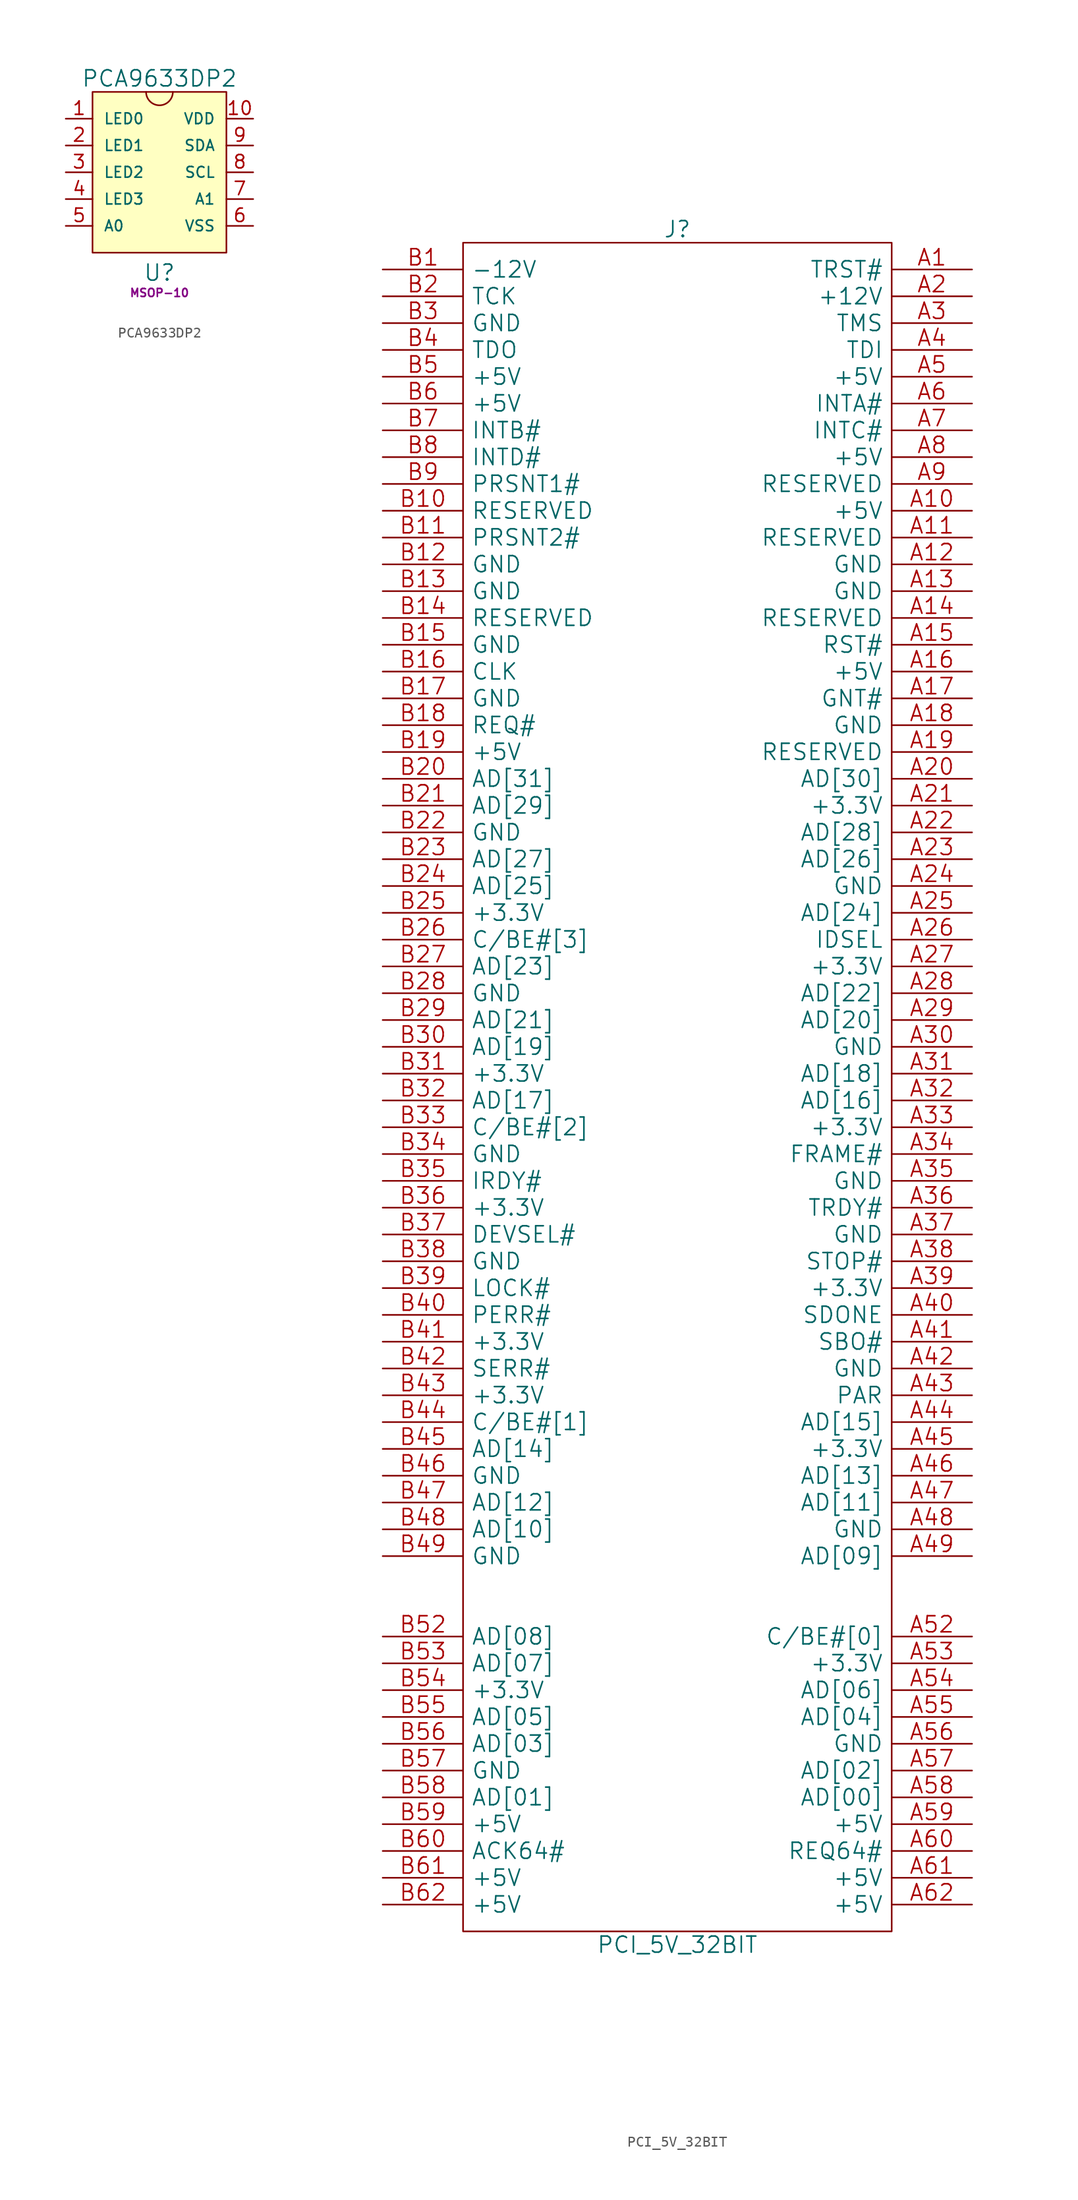
<source format=kicad_sym>
(kicad_symbol_lib
  (version 20220914)
  (generator kicad_symbol_editor)
  (symbol "PCA9633DP2"
    (pin_names
      (offset 1.016))
    (property "Reference" "U"
      (at 0 -9.525 0)
      (effects (font (size 1.524 1.524))))
    (property "Value" "PCA9633DP2"
      (at 0 8.89 0)
      (effects (font (size 1.524 1.524))))
    (property "Footprint" "MSOP-10"
      (at 0 -11.43 0)
      (effects (font (size 0.762 0.762))))
    (property "Datasheet" ""
      (at 0 0 0)
      (effects (font (size 1.524 1.524))))
    (symbol "PCA9633DP2_0_1"
      (rectangle (start -6.35 7.62) (end 6.35 -7.62) (stroke (width 0) (type default)) (fill (type background)))
      (arc (start -1.27 7.62) (mid 0 6.3555) (end 1.27 7.62) (stroke (width 0) (type default)) (fill (type none))))
    (symbol "PCA9633DP2_1_1"
      (pin bidirectional line (at -8.89 5.08 0) (length 2.54) (name "LED0" (effects (font (size 1.016 1.016)))) (number "1" (effects (font (size 1.27 1.27)))))
      (pin bidirectional line (at 8.89 5.08 180) (length 2.54) (name "VDD" (effects (font (size 1.016 1.016)))) (number "10" (effects (font (size 1.27 1.27)))))
      (pin bidirectional line (at -8.89 2.54 0) (length 2.54) (name "LED1" (effects (font (size 1.016 1.016)))) (number "2" (effects (font (size 1.27 1.27)))))
      (pin bidirectional line (at -8.89 0 0) (length 2.54) (name "LED2" (effects (font (size 1.016 1.016)))) (number "3" (effects (font (size 1.27 1.27)))))
      (pin bidirectional line (at -8.89 -2.54 0) (length 2.54) (name "LED3" (effects (font (size 1.016 1.016)))) (number "4" (effects (font (size 1.27 1.27)))))
      (pin bidirectional line (at -8.89 -5.08 0) (length 2.54) (name "A0" (effects (font (size 1.016 1.016)))) (number "5" (effects (font (size 1.27 1.27)))))
      (pin bidirectional line (at 8.89 -5.08 180) (length 2.54) (name "VSS" (effects (font (size 1.016 1.016)))) (number "6" (effects (font (size 1.27 1.27)))))
      (pin bidirectional line (at 8.89 -2.54 180) (length 2.54) (name "A1" (effects (font (size 1.016 1.016)))) (number "7" (effects (font (size 1.27 1.27)))))
      (pin bidirectional line (at 8.89 0 180) (length 2.54) (name "SCL" (effects (font (size 1.016 1.016)))) (number "8" (effects (font (size 1.27 1.27)))))
      (pin bidirectional line (at 8.89 2.54 180) (length 2.54) (name "SDA" (effects (font (size 1.016 1.016)))) (number "9" (effects (font (size 1.27 1.27)))))))
  (symbol "PCI_5V_32BIT"
    (pin_names
      (offset 0.762))
    (property "Reference" "J"
      (at 0 81.28 0)
      (effects (font (size 1.524 1.524))))
    (property "Value" "PCI_5V_32BIT"
      (at 0 -81.28 0)
      (effects (font (size 1.524 1.524))))
    (property "Footprint" ""
      (at 0 0 0)
      (effects (font (size 1.524 1.524))))
    (property "Datasheet" ""
      (at 0 0 0)
      (effects (font (size 1.524 1.524))))
    (symbol "PCI_5V_32BIT_0_1"
      (rectangle (start -20.32 -80.01) (end 20.32 80.01) (stroke (width 0) (type default)) (fill (type none))))
    (symbol "PCI_5V_32BIT_1_1"
      (pin output line (at 27.94 77.47 180) (length 7.62) (name "TRST#" (effects (font (size 1.524 1.524)))) (number "A1" (effects (font (size 1.524 1.524)))))
      (pin power_in line (at 27.94 54.61 180) (length 7.62) (name "+5V" (effects (font (size 1.524 1.524)))) (number "A10" (effects (font (size 1.524 1.524)))))
      (pin passive line (at 27.94 52.07 180) (length 7.62) (name "RESERVED" (effects (font (size 1.524 1.524)))) (number "A11" (effects (font (size 1.524 1.524)))))
      (pin power_in line (at 27.94 49.53 180) (length 7.62) (name "GND" (effects (font (size 1.524 1.524)))) (number "A12" (effects (font (size 1.524 1.524)))))
      (pin power_in line (at 27.94 46.99 180) (length 7.62) (name "GND" (effects (font (size 1.524 1.524)))) (number "A13" (effects (font (size 1.524 1.524)))))
      (pin passive line (at 27.94 44.45 180) (length 7.62) (name "RESERVED" (effects (font (size 1.524 1.524)))) (number "A14" (effects (font (size 1.524 1.524)))))
      (pin output line (at 27.94 41.91 180) (length 7.62) (name "RST#" (effects (font (size 1.524 1.524)))) (number "A15" (effects (font (size 1.524 1.524)))))
      (pin power_in line (at 27.94 39.37 180) (length 7.62) (name "+5V" (effects (font (size 1.524 1.524)))) (number "A16" (effects (font (size 1.524 1.524)))))
      (pin bidirectional line (at 27.94 36.83 180) (length 7.62) (name "GNT#" (effects (font (size 1.524 1.524)))) (number "A17" (effects (font (size 1.524 1.524)))))
      (pin power_in line (at 27.94 34.29 180) (length 7.62) (name "GND" (effects (font (size 1.524 1.524)))) (number "A18" (effects (font (size 1.524 1.524)))))
      (pin passive line (at 27.94 31.75 180) (length 7.62) (name "RESERVED" (effects (font (size 1.524 1.524)))) (number "A19" (effects (font (size 1.524 1.524)))))
      (pin power_in line (at 27.94 74.93 180) (length 7.62) (name "+12V" (effects (font (size 1.524 1.524)))) (number "A2" (effects (font (size 1.524 1.524)))))
      (pin bidirectional line (at 27.94 29.21 180) (length 7.62) (name "AD[30]" (effects (font (size 1.524 1.524)))) (number "A20" (effects (font (size 1.524 1.524)))))
      (pin power_in line (at 27.94 26.67 180) (length 7.62) (name "+3.3V" (effects (font (size 1.524 1.524)))) (number "A21" (effects (font (size 1.524 1.524)))))
      (pin bidirectional line (at 27.94 24.13 180) (length 7.62) (name "AD[28]" (effects (font (size 1.524 1.524)))) (number "A22" (effects (font (size 1.524 1.524)))))
      (pin bidirectional line (at 27.94 21.59 180) (length 7.62) (name "AD[26]" (effects (font (size 1.524 1.524)))) (number "A23" (effects (font (size 1.524 1.524)))))
      (pin power_in line (at 27.94 19.05 180) (length 7.62) (name "GND" (effects (font (size 1.524 1.524)))) (number "A24" (effects (font (size 1.524 1.524)))))
      (pin bidirectional line (at 27.94 16.51 180) (length 7.62) (name "AD[24]" (effects (font (size 1.524 1.524)))) (number "A25" (effects (font (size 1.524 1.524)))))
      (pin output line (at 27.94 13.97 180) (length 7.62) (name "IDSEL" (effects (font (size 1.524 1.524)))) (number "A26" (effects (font (size 1.524 1.524)))))
      (pin power_in line (at 27.94 11.43 180) (length 7.62) (name "+3.3V" (effects (font (size 1.524 1.524)))) (number "A27" (effects (font (size 1.524 1.524)))))
      (pin bidirectional line (at 27.94 8.89 180) (length 7.62) (name "AD[22]" (effects (font (size 1.524 1.524)))) (number "A28" (effects (font (size 1.524 1.524)))))
      (pin bidirectional line (at 27.94 6.35 180) (length 7.62) (name "AD[20]" (effects (font (size 1.524 1.524)))) (number "A29" (effects (font (size 1.524 1.524)))))
      (pin output line (at 27.94 72.39 180) (length 7.62) (name "TMS" (effects (font (size 1.524 1.524)))) (number "A3" (effects (font (size 1.524 1.524)))))
      (pin power_in line (at 27.94 3.81 180) (length 7.62) (name "GND" (effects (font (size 1.524 1.524)))) (number "A30" (effects (font (size 1.524 1.524)))))
      (pin bidirectional line (at 27.94 1.27 180) (length 7.62) (name "AD[18]" (effects (font (size 1.524 1.524)))) (number "A31" (effects (font (size 1.524 1.524)))))
      (pin bidirectional line (at 27.94 -1.27 180) (length 7.62) (name "AD[16]" (effects (font (size 1.524 1.524)))) (number "A32" (effects (font (size 1.524 1.524)))))
      (pin power_in line (at 27.94 -3.81 180) (length 7.62) (name "+3.3V" (effects (font (size 1.524 1.524)))) (number "A33" (effects (font (size 1.524 1.524)))))
      (pin bidirectional line (at 27.94 -6.35 180) (length 7.62) (name "FRAME#" (effects (font (size 1.524 1.524)))) (number "A34" (effects (font (size 1.524 1.524)))))
      (pin power_in line (at 27.94 -8.89 180) (length 7.62) (name "GND" (effects (font (size 1.524 1.524)))) (number "A35" (effects (font (size 1.524 1.524)))))
      (pin bidirectional line (at 27.94 -11.43 180) (length 7.62) (name "TRDY#" (effects (font (size 1.524 1.524)))) (number "A36" (effects (font (size 1.524 1.524)))))
      (pin power_in line (at 27.94 -13.97 180) (length 7.62) (name "GND" (effects (font (size 1.524 1.524)))) (number "A37" (effects (font (size 1.524 1.524)))))
      (pin bidirectional line (at 27.94 -16.51 180) (length 7.62) (name "STOP#" (effects (font (size 1.524 1.524)))) (number "A38" (effects (font (size 1.524 1.524)))))
      (pin power_in line (at 27.94 -19.05 180) (length 7.62) (name "+3.3V" (effects (font (size 1.524 1.524)))) (number "A39" (effects (font (size 1.524 1.524)))))
      (pin output line (at 27.94 69.85 180) (length 7.62) (name "TDI" (effects (font (size 1.524 1.524)))) (number "A4" (effects (font (size 1.524 1.524)))))
      (pin bidirectional line (at 27.94 -21.59 180) (length 7.62) (name "SDONE" (effects (font (size 1.524 1.524)))) (number "A40" (effects (font (size 1.524 1.524)))))
      (pin bidirectional line (at 27.94 -24.13 180) (length 7.62) (name "SBO#" (effects (font (size 1.524 1.524)))) (number "A41" (effects (font (size 1.524 1.524)))))
      (pin power_in line (at 27.94 -26.67 180) (length 7.62) (name "GND" (effects (font (size 1.524 1.524)))) (number "A42" (effects (font (size 1.524 1.524)))))
      (pin bidirectional line (at 27.94 -29.21 180) (length 7.62) (name "PAR" (effects (font (size 1.524 1.524)))) (number "A43" (effects (font (size 1.524 1.524)))))
      (pin bidirectional line (at 27.94 -31.75 180) (length 7.62) (name "AD[15]" (effects (font (size 1.524 1.524)))) (number "A44" (effects (font (size 1.524 1.524)))))
      (pin power_in line (at 27.94 -34.29 180) (length 7.62) (name "+3.3V" (effects (font (size 1.524 1.524)))) (number "A45" (effects (font (size 1.524 1.524)))))
      (pin bidirectional line (at 27.94 -36.83 180) (length 7.62) (name "AD[13]" (effects (font (size 1.524 1.524)))) (number "A46" (effects (font (size 1.524 1.524)))))
      (pin bidirectional line (at 27.94 -39.37 180) (length 7.62) (name "AD[11]" (effects (font (size 1.524 1.524)))) (number "A47" (effects (font (size 1.524 1.524)))))
      (pin power_in line (at 27.94 -41.91 180) (length 7.62) (name "GND" (effects (font (size 1.524 1.524)))) (number "A48" (effects (font (size 1.524 1.524)))))
      (pin bidirectional line (at 27.94 -44.45 180) (length 7.62) (name "AD[09]" (effects (font (size 1.524 1.524)))) (number "A49" (effects (font (size 1.524 1.524)))))
      (pin power_in line (at 27.94 67.31 180) (length 7.62) (name "+5V" (effects (font (size 1.524 1.524)))) (number "A5" (effects (font (size 1.524 1.524)))))
      (pin bidirectional line (at 27.94 -52.07 180) (length 7.62) (name "C/BE#[0]" (effects (font (size 1.524 1.524)))) (number "A52" (effects (font (size 1.524 1.524)))))
      (pin power_in line (at 27.94 -54.61 180) (length 7.62) (name "+3.3V" (effects (font (size 1.524 1.524)))) (number "A53" (effects (font (size 1.524 1.524)))))
      (pin bidirectional line (at 27.94 -57.15 180) (length 7.62) (name "AD[06]" (effects (font (size 1.524 1.524)))) (number "A54" (effects (font (size 1.524 1.524)))))
      (pin bidirectional line (at 27.94 -59.69 180) (length 7.62) (name "AD[04]" (effects (font (size 1.524 1.524)))) (number "A55" (effects (font (size 1.524 1.524)))))
      (pin power_in line (at 27.94 -62.23 180) (length 7.62) (name "GND" (effects (font (size 1.524 1.524)))) (number "A56" (effects (font (size 1.524 1.524)))))
      (pin bidirectional line (at 27.94 -64.77 180) (length 7.62) (name "AD[02]" (effects (font (size 1.524 1.524)))) (number "A57" (effects (font (size 1.524 1.524)))))
      (pin bidirectional line (at 27.94 -67.31 180) (length 7.62) (name "AD[00]" (effects (font (size 1.524 1.524)))) (number "A58" (effects (font (size 1.524 1.524)))))
      (pin power_in line (at 27.94 -69.85 180) (length 7.62) (name "+5V" (effects (font (size 1.524 1.524)))) (number "A59" (effects (font (size 1.524 1.524)))))
      (pin input line (at 27.94 64.77 180) (length 7.62) (name "INTA#" (effects (font (size 1.524 1.524)))) (number "A6" (effects (font (size 1.524 1.524)))))
      (pin bidirectional line (at 27.94 -72.39 180) (length 7.62) (name "REQ64#" (effects (font (size 1.524 1.524)))) (number "A60" (effects (font (size 1.524 1.524)))))
      (pin power_in line (at 27.94 -74.93 180) (length 7.62) (name "+5V" (effects (font (size 1.524 1.524)))) (number "A61" (effects (font (size 1.524 1.524)))))
      (pin power_in line (at 27.94 -77.47 180) (length 7.62) (name "+5V" (effects (font (size 1.524 1.524)))) (number "A62" (effects (font (size 1.524 1.524)))))
      (pin input line (at 27.94 62.23 180) (length 7.62) (name "INTC#" (effects (font (size 1.524 1.524)))) (number "A7" (effects (font (size 1.524 1.524)))))
      (pin power_in line (at 27.94 59.69 180) (length 7.62) (name "+5V" (effects (font (size 1.524 1.524)))) (number "A8" (effects (font (size 1.524 1.524)))))
      (pin passive line (at 27.94 57.15 180) (length 7.62) (name "RESERVED" (effects (font (size 1.524 1.524)))) (number "A9" (effects (font (size 1.524 1.524)))))
      (pin power_in line (at -27.94 77.47 0) (length 7.62) (name "-12V" (effects (font (size 1.524 1.524)))) (number "B1" (effects (font (size 1.524 1.524)))))
      (pin passive line (at -27.94 54.61 0) (length 7.62) (name "RESERVED" (effects (font (size 1.524 1.524)))) (number "B10" (effects (font (size 1.524 1.524)))))
      (pin input line (at -27.94 52.07 0) (length 7.62) (name "PRSNT2#" (effects (font (size 1.524 1.524)))) (number "B11" (effects (font (size 1.524 1.524)))))
      (pin power_in line (at -27.94 49.53 0) (length 7.62) (name "GND" (effects (font (size 1.524 1.524)))) (number "B12" (effects (font (size 1.524 1.524)))))
      (pin power_in line (at -27.94 46.99 0) (length 7.62) (name "GND" (effects (font (size 1.524 1.524)))) (number "B13" (effects (font (size 1.524 1.524)))))
      (pin passive line (at -27.94 44.45 0) (length 7.62) (name "RESERVED" (effects (font (size 1.524 1.524)))) (number "B14" (effects (font (size 1.524 1.524)))))
      (pin power_in line (at -27.94 41.91 0) (length 7.62) (name "GND" (effects (font (size 1.524 1.524)))) (number "B15" (effects (font (size 1.524 1.524)))))
      (pin output line (at -27.94 39.37 0) (length 7.62) (name "CLK" (effects (font (size 1.524 1.524)))) (number "B16" (effects (font (size 1.524 1.524)))))
      (pin power_in line (at -27.94 36.83 0) (length 7.62) (name "GND" (effects (font (size 1.524 1.524)))) (number "B17" (effects (font (size 1.524 1.524)))))
      (pin bidirectional line (at -27.94 34.29 0) (length 7.62) (name "REQ#" (effects (font (size 1.524 1.524)))) (number "B18" (effects (font (size 1.524 1.524)))))
      (pin power_in line (at -27.94 31.75 0) (length 7.62) (name "+5V" (effects (font (size 1.524 1.524)))) (number "B19" (effects (font (size 1.524 1.524)))))
      (pin output line (at -27.94 74.93 0) (length 7.62) (name "TCK" (effects (font (size 1.524 1.524)))) (number "B2" (effects (font (size 1.524 1.524)))))
      (pin bidirectional line (at -27.94 29.21 0) (length 7.62) (name "AD[31]" (effects (font (size 1.524 1.524)))) (number "B20" (effects (font (size 1.524 1.524)))))
      (pin bidirectional line (at -27.94 26.67 0) (length 7.62) (name "AD[29]" (effects (font (size 1.524 1.524)))) (number "B21" (effects (font (size 1.524 1.524)))))
      (pin power_in line (at -27.94 24.13 0) (length 7.62) (name "GND" (effects (font (size 1.524 1.524)))) (number "B22" (effects (font (size 1.524 1.524)))))
      (pin bidirectional line (at -27.94 21.59 0) (length 7.62) (name "AD[27]" (effects (font (size 1.524 1.524)))) (number "B23" (effects (font (size 1.524 1.524)))))
      (pin bidirectional line (at -27.94 19.05 0) (length 7.62) (name "AD[25]" (effects (font (size 1.524 1.524)))) (number "B24" (effects (font (size 1.524 1.524)))))
      (pin power_in line (at -27.94 16.51 0) (length 7.62) (name "+3.3V" (effects (font (size 1.524 1.524)))) (number "B25" (effects (font (size 1.524 1.524)))))
      (pin bidirectional line (at -27.94 13.97 0) (length 7.62) (name "C/BE#[3]" (effects (font (size 1.524 1.524)))) (number "B26" (effects (font (size 1.524 1.524)))))
      (pin bidirectional line (at -27.94 11.43 0) (length 7.62) (name "AD[23]" (effects (font (size 1.524 1.524)))) (number "B27" (effects (font (size 1.524 1.524)))))
      (pin power_in line (at -27.94 8.89 0) (length 7.62) (name "GND" (effects (font (size 1.524 1.524)))) (number "B28" (effects (font (size 1.524 1.524)))))
      (pin bidirectional line (at -27.94 6.35 0) (length 7.62) (name "AD[21]" (effects (font (size 1.524 1.524)))) (number "B29" (effects (font (size 1.524 1.524)))))
      (pin input line (at -27.94 72.39 0) (length 7.62) (name "GND" (effects (font (size 1.524 1.524)))) (number "B3" (effects (font (size 1.524 1.524)))))
      (pin bidirectional line (at -27.94 3.81 0) (length 7.62) (name "AD[19]" (effects (font (size 1.524 1.524)))) (number "B30" (effects (font (size 1.524 1.524)))))
      (pin power_in line (at -27.94 1.27 0) (length 7.62) (name "+3.3V" (effects (font (size 1.524 1.524)))) (number "B31" (effects (font (size 1.524 1.524)))))
      (pin bidirectional line (at -27.94 -1.27 0) (length 7.62) (name "AD[17]" (effects (font (size 1.524 1.524)))) (number "B32" (effects (font (size 1.524 1.524)))))
      (pin bidirectional line (at -27.94 -3.81 0) (length 7.62) (name "C/BE#[2]" (effects (font (size 1.524 1.524)))) (number "B33" (effects (font (size 1.524 1.524)))))
      (pin power_in line (at -27.94 -6.35 0) (length 7.62) (name "GND" (effects (font (size 1.524 1.524)))) (number "B34" (effects (font (size 1.524 1.524)))))
      (pin bidirectional line (at -27.94 -8.89 0) (length 7.62) (name "IRDY#" (effects (font (size 1.524 1.524)))) (number "B35" (effects (font (size 1.524 1.524)))))
      (pin power_in line (at -27.94 -11.43 0) (length 7.62) (name "+3.3V" (effects (font (size 1.524 1.524)))) (number "B36" (effects (font (size 1.524 1.524)))))
      (pin bidirectional line (at -27.94 -13.97 0) (length 7.62) (name "DEVSEL#" (effects (font (size 1.524 1.524)))) (number "B37" (effects (font (size 1.524 1.524)))))
      (pin power_in line (at -27.94 -16.51 0) (length 7.62) (name "GND" (effects (font (size 1.524 1.524)))) (number "B38" (effects (font (size 1.524 1.524)))))
      (pin bidirectional line (at -27.94 -19.05 0) (length 7.62) (name "LOCK#" (effects (font (size 1.524 1.524)))) (number "B39" (effects (font (size 1.524 1.524)))))
      (pin input line (at -27.94 69.85 0) (length 7.62) (name "TDO" (effects (font (size 1.524 1.524)))) (number "B4" (effects (font (size 1.524 1.524)))))
      (pin bidirectional line (at -27.94 -21.59 0) (length 7.62) (name "PERR#" (effects (font (size 1.524 1.524)))) (number "B40" (effects (font (size 1.524 1.524)))))
      (pin power_in line (at -27.94 -24.13 0) (length 7.62) (name "+3.3V" (effects (font (size 1.524 1.524)))) (number "B41" (effects (font (size 1.524 1.524)))))
      (pin input line (at -27.94 -26.67 0) (length 7.62) (name "SERR#" (effects (font (size 1.524 1.524)))) (number "B42" (effects (font (size 1.524 1.524)))))
      (pin power_in line (at -27.94 -29.21 0) (length 7.62) (name "+3.3V" (effects (font (size 1.524 1.524)))) (number "B43" (effects (font (size 1.524 1.524)))))
      (pin bidirectional line (at -27.94 -31.75 0) (length 7.62) (name "C/BE#[1]" (effects (font (size 1.524 1.524)))) (number "B44" (effects (font (size 1.524 1.524)))))
      (pin bidirectional line (at -27.94 -34.29 0) (length 7.62) (name "AD[14]" (effects (font (size 1.524 1.524)))) (number "B45" (effects (font (size 1.524 1.524)))))
      (pin power_in line (at -27.94 -36.83 0) (length 7.62) (name "GND" (effects (font (size 1.524 1.524)))) (number "B46" (effects (font (size 1.524 1.524)))))
      (pin bidirectional line (at -27.94 -39.37 0) (length 7.62) (name "AD[12]" (effects (font (size 1.524 1.524)))) (number "B47" (effects (font (size 1.524 1.524)))))
      (pin bidirectional line (at -27.94 -41.91 0) (length 7.62) (name "AD[10]" (effects (font (size 1.524 1.524)))) (number "B48" (effects (font (size 1.524 1.524)))))
      (pin power_in line (at -27.94 -44.45 0) (length 7.62) (name "GND" (effects (font (size 1.524 1.524)))) (number "B49" (effects (font (size 1.524 1.524)))))
      (pin power_in line (at -27.94 67.31 0) (length 7.62) (name "+5V" (effects (font (size 1.524 1.524)))) (number "B5" (effects (font (size 1.524 1.524)))))
      (pin bidirectional line (at -27.94 -52.07 0) (length 7.62) (name "AD[08]" (effects (font (size 1.524 1.524)))) (number "B52" (effects (font (size 1.524 1.524)))))
      (pin bidirectional line (at -27.94 -54.61 0) (length 7.62) (name "AD[07]" (effects (font (size 1.524 1.524)))) (number "B53" (effects (font (size 1.524 1.524)))))
      (pin input line (at -27.94 -57.15 0) (length 7.62) (name "+3.3V" (effects (font (size 1.524 1.524)))) (number "B54" (effects (font (size 1.524 1.524)))))
      (pin bidirectional line (at -27.94 -59.69 0) (length 7.62) (name "AD[05]" (effects (font (size 1.524 1.524)))) (number "B55" (effects (font (size 1.524 1.524)))))
      (pin bidirectional line (at -27.94 -62.23 0) (length 7.62) (name "AD[03]" (effects (font (size 1.524 1.524)))) (number "B56" (effects (font (size 1.524 1.524)))))
      (pin power_in line (at -27.94 -64.77 0) (length 7.62) (name "GND" (effects (font (size 1.524 1.524)))) (number "B57" (effects (font (size 1.524 1.524)))))
      (pin bidirectional line (at -27.94 -67.31 0) (length 7.62) (name "AD[01]" (effects (font (size 1.524 1.524)))) (number "B58" (effects (font (size 1.524 1.524)))))
      (pin power_in line (at -27.94 -69.85 0) (length 7.62) (name "+5V" (effects (font (size 1.524 1.524)))) (number "B59" (effects (font (size 1.524 1.524)))))
      (pin power_in line (at -27.94 64.77 0) (length 7.62) (name "+5V" (effects (font (size 1.524 1.524)))) (number "B6" (effects (font (size 1.524 1.524)))))
      (pin bidirectional line (at -27.94 -72.39 0) (length 7.62) (name "ACK64#" (effects (font (size 1.524 1.524)))) (number "B60" (effects (font (size 1.524 1.524)))))
      (pin power_in line (at -27.94 -74.93 0) (length 7.62) (name "+5V" (effects (font (size 1.524 1.524)))) (number "B61" (effects (font (size 1.524 1.524)))))
      (pin power_in line (at -27.94 -77.47 0) (length 7.62) (name "+5V" (effects (font (size 1.524 1.524)))) (number "B62" (effects (font (size 1.524 1.524)))))
      (pin input line (at -27.94 62.23 0) (length 7.62) (name "INTB#" (effects (font (size 1.524 1.524)))) (number "B7" (effects (font (size 1.524 1.524)))))
      (pin input line (at -27.94 59.69 0) (length 7.62) (name "INTD#" (effects (font (size 1.524 1.524)))) (number "B8" (effects (font (size 1.524 1.524)))))
      (pin input line (at -27.94 57.15 0) (length 7.62) (name "PRSNT1#" (effects (font (size 1.524 1.524)))) (number "B9" (effects (font (size 1.524 1.524))))))))
</source>
